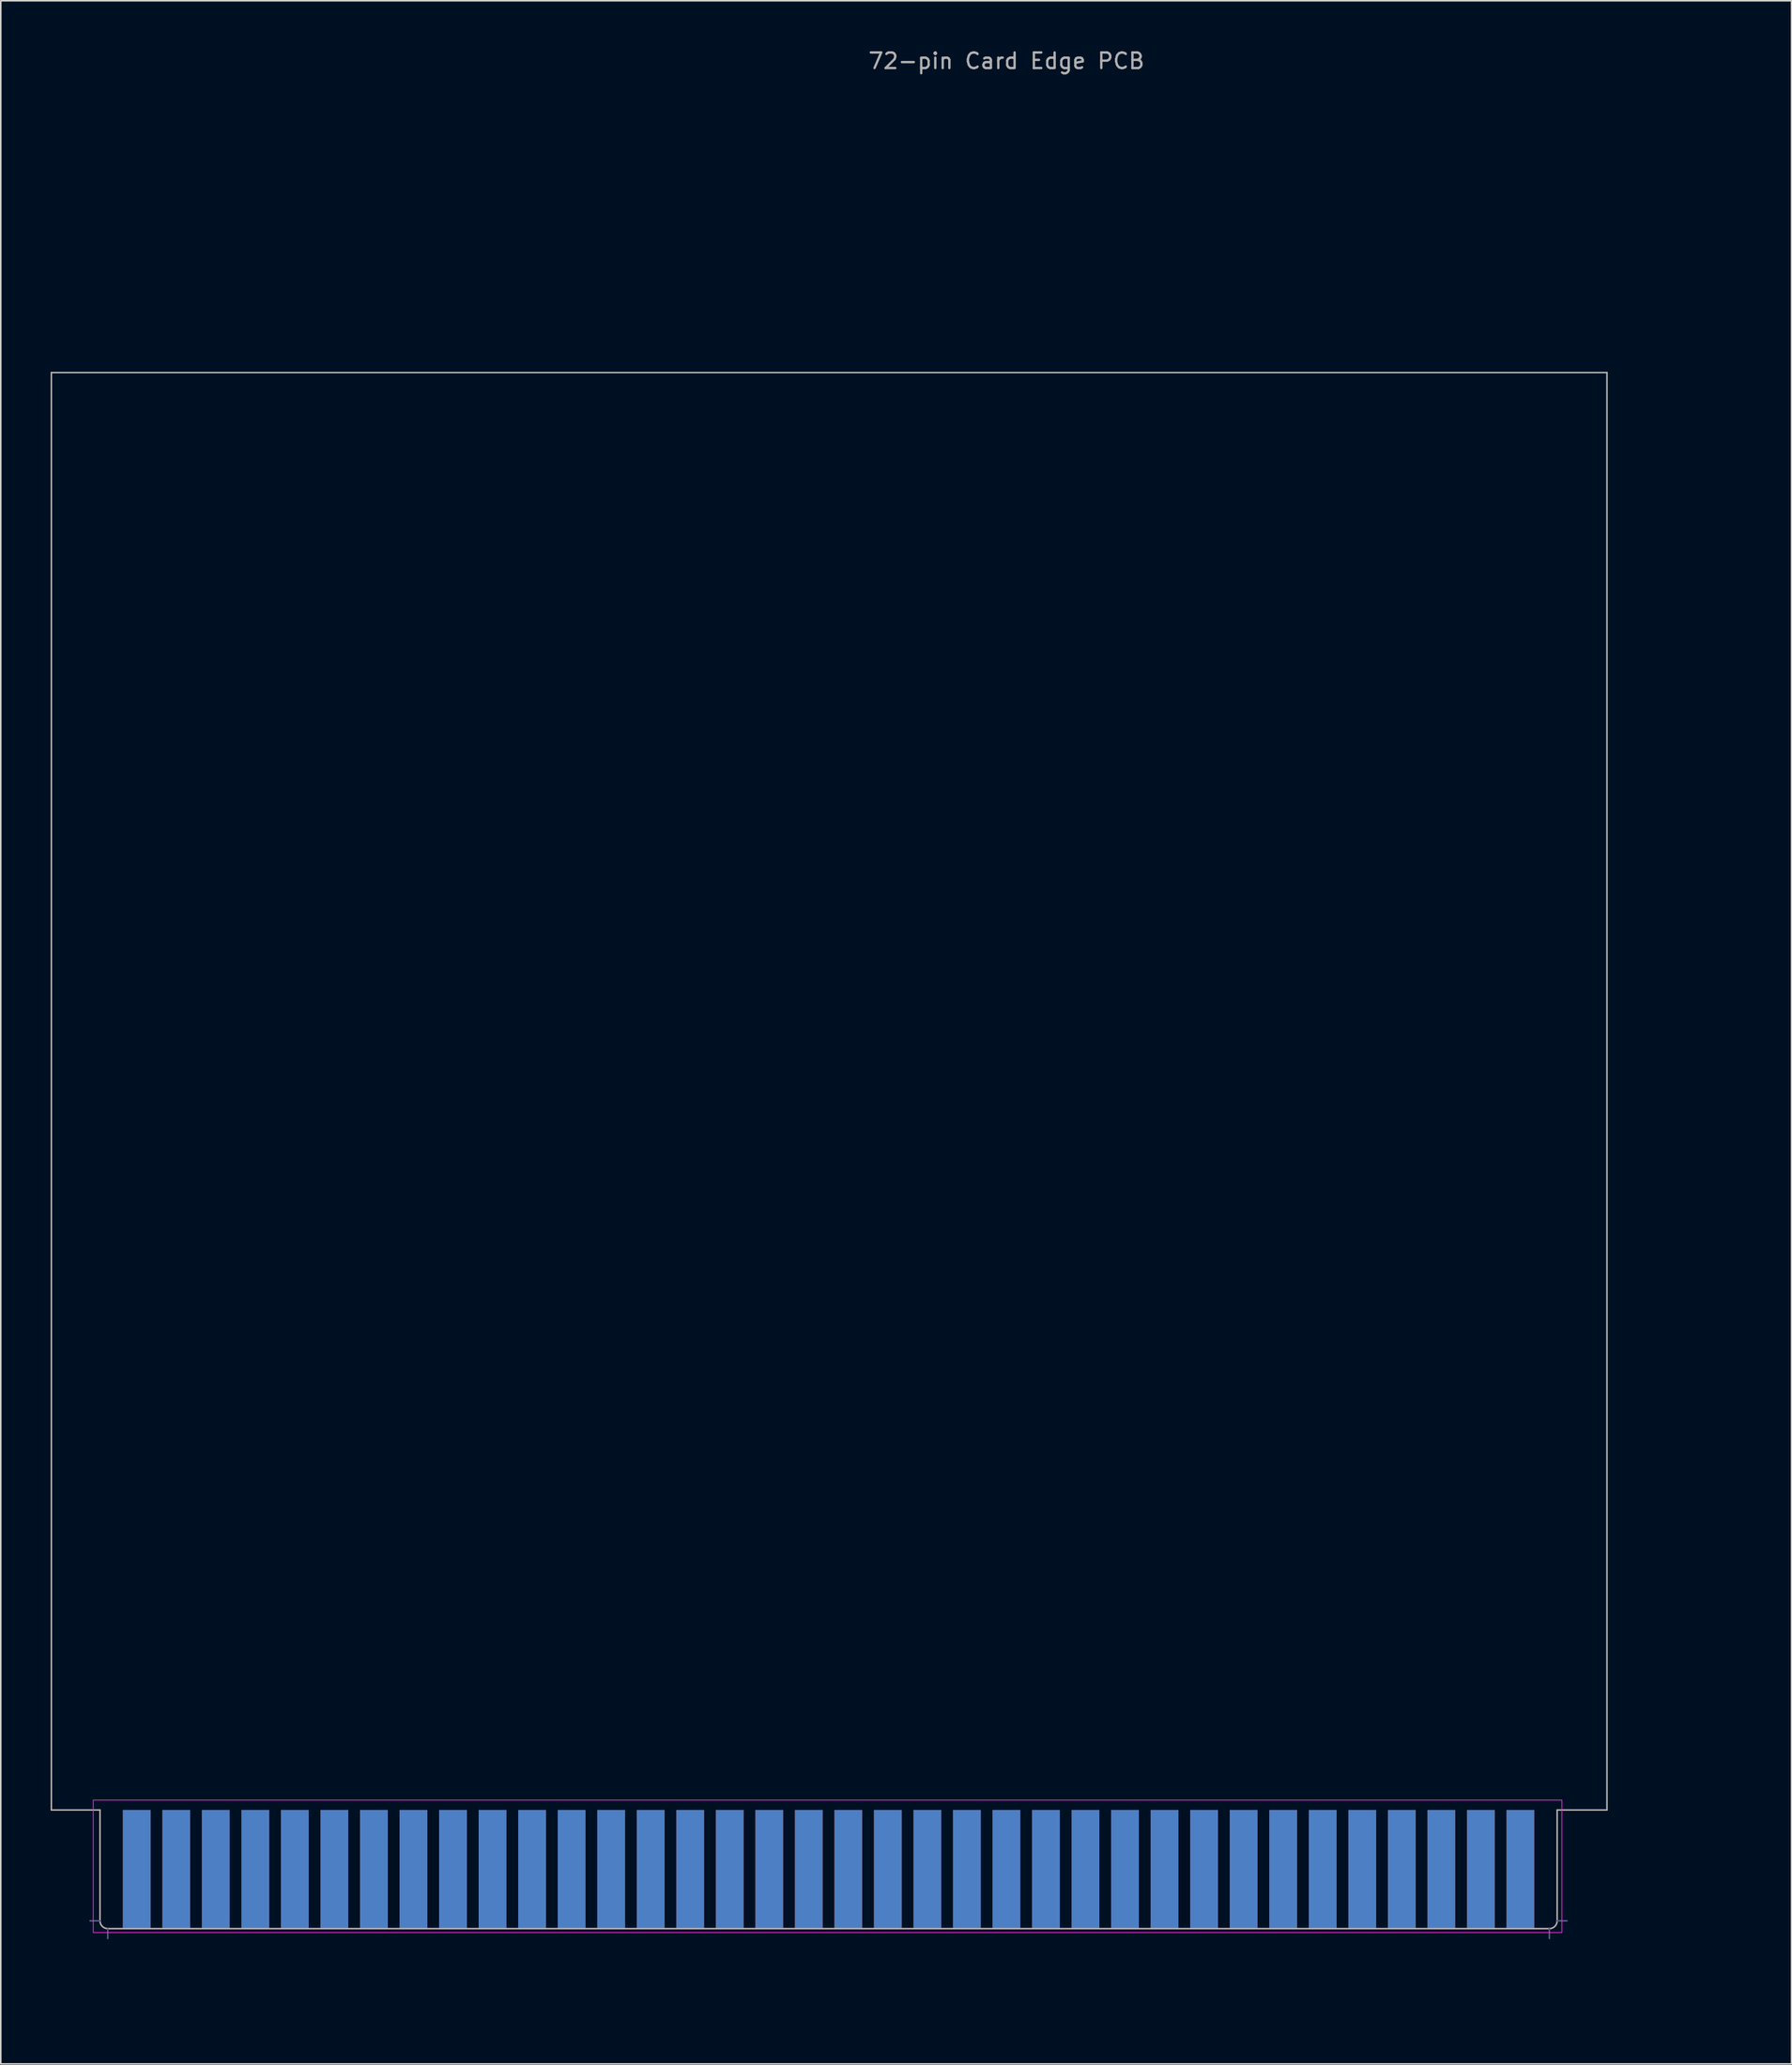
<source format=kicad_pcb>
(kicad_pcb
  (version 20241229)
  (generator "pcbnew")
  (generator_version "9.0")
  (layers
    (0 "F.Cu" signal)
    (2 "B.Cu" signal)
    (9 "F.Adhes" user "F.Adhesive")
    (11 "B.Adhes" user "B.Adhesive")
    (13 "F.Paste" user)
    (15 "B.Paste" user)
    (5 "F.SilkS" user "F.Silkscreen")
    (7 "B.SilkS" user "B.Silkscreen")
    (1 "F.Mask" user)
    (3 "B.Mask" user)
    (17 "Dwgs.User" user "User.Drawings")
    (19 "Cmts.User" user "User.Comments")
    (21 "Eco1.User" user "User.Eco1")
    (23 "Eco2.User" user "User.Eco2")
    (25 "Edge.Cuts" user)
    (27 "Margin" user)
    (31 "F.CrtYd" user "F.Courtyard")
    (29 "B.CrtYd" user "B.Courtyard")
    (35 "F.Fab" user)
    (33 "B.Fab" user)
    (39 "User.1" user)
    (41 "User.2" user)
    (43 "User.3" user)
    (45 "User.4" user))
  (footprint "72-pin Card Edge PCB"
    (layer "F.Cu")
    (at 0.25 20.881)
    (property "Reference" "72-pin Card Edge PCB" (at 61.365 -19.431 0) (layer "F.Fab") (effects (font (size 1 1) (thickness 0.15)) (justify bottom)))
    (attr exclude_from_pos_files exclude_from_bom)
    (fp_rect (start 2.691 100.203) (end 97.052 91.694) (stroke (width 0.05) (type default)) (fill no) (layer "F.CrtYd"))
    (fp_line (start 3.124 99.449) (end 2.489 99.449) (stroke (width 0.1) (type default)) (layer "B.Fab"))
    (fp_line (start 3.624 99.949) (end 3.624 100.584) (stroke (width 0.1) (type default)) (layer "B.Fab"))
    (fp_line (start 96.249 99.949) (end 96.249 100.584) (stroke (width 0.1) (type default)) (layer "B.Fab"))
    (fp_line (start 96.749 99.449) (end 97.384 99.449) (stroke (width 0.1) (type default)) (layer "B.Fab"))
    (fp_line (start 0 0) (end 99.949 0) (stroke (width 0.1) (type default)) (layer "F.Fab"))
    (fp_line (start 0 92.329) (end 0 0) (stroke (width 0.1) (type default)) (layer "F.Fab"))
    (fp_line (start 0 92.329) (end 3.124 92.329) (stroke (width 0.1) (type default)) (layer "F.Fab"))
    (fp_line (start 3.124 99.449) (end 3.124 92.329) (stroke (width 0.1) (type default)) (layer "F.Fab"))
    (fp_line (start 96.249 99.949) (end 3.624 99.949) (stroke (width 0.1) (type default)) (layer "F.Fab"))
    (fp_line (start 96.749 99.449) (end 96.749 92.329) (stroke (width 0.1) (type default)) (layer "F.Fab"))
    (fp_line (start 99.949 92.329) (end 96.749 92.329) (stroke (width 0.1) (type default)) (layer "F.Fab"))
    (fp_line (start 99.949 92.329) (end 99.949 0) (stroke (width 0.1) (type default)) (layer "F.Fab"))
    (fp_arc (start 3.6242 99.949) (mid 3.270646 99.802554) (end 3.1242 99.449) (stroke (width 0.1) (type default)) (layer "F.Fab"))
    (fp_arc (start 96.7486 99.449) (mid 96.602154 99.802554) (end 96.2486 99.949) (stroke (width 0.1) (type default)) (layer "F.Fab"))
    (dimension (type orthogonal) (layer "Eco1.User") (pts (xy 3.374 120.33) (xy 96.999 120.33)) (height 5.58) (orientation 0) (format (prefix "") (suffix "") (units 3) (units_format 0) (precision 4) (suppress_zeroes yes)) (style (thickness 0.05) (arrow_length 1.27) (text_position_mode 0) (arrow_direction outward) (extension_height 0.586) (extension_offset 0.5) (keep_text_aligned yes)) (gr_text "93.6244" (at 50.186 124.76 0) (layer "Eco1.User") (effects (font (size 1 1) (thickness 0.15)))))
    (dimension (type orthogonal) (layer "Eco1.User") (pts (xy 100.199 21.008) (xy 0.25 21.008)) (height -9.271) (orientation 0) (format (prefix "") (suffix "") (units 3) (units_format 0) (precision 4) (suppress_zeroes yes)) (style (thickness 0.1) (arrow_length 1.27) (text_position_mode 0) (arrow_direction outward) (extension_height 0.586) (extension_offset 0.5) (keep_text_aligned yes)) (gr_text "99.949" (at 50.224 10.637 0) (layer "Eco1.User") (effects (font (size 1 1) (thickness 0.1)))))
    (dimension (type orthogonal) (layer "Eco1.User") (pts (xy 96.499 120.83) (xy 100.199 20.881)) (height 10.99) (orientation 1) (format (prefix "") (suffix "") (units 3) (units_format 0) (precision 4) (suppress_zeroes yes)) (style (thickness 0.1) (arrow_length 1.27) (text_position_mode 0) (arrow_direction outward) (extension_height 0.586) (extension_offset 0.5) (keep_text_aligned yes)) (gr_text "99.949" (at 106.389 70.856 90) (layer "Eco1.User") (effects (font (size 1 1) (thickness 0.1)))))
    (pad "1" connect rect (at 94.385 96.139) (size 1.78 7.62) (layers "F.Cu" "F.Mask"))
    (pad "2" connect rect (at 91.845 96.139) (size 1.78 7.62) (layers "F.Cu" "F.Mask"))
    (pad "3" connect rect (at 89.305 96.139) (size 1.78 7.62) (layers "F.Cu" "F.Mask"))
    (pad "4" connect rect (at 86.765 96.139) (size 1.78 7.62) (layers "F.Cu" "F.Mask"))
    (pad "5" connect rect (at 84.225 96.139) (size 1.78 7.62) (layers "F.Cu" "F.Mask"))
    (pad "6" connect rect (at 81.685 96.139) (size 1.78 7.62) (layers "F.Cu" "F.Mask"))
    (pad "7" connect rect (at 79.145 96.139) (size 1.78 7.62) (layers "F.Cu" "F.Mask"))
    (pad "8" connect rect (at 76.605 96.139) (size 1.78 7.62) (layers "F.Cu" "F.Mask"))
    (pad "9" connect rect (at 74.065 96.139) (size 1.78 7.62) (layers "F.Cu" "F.Mask"))
    (pad "10" connect rect (at 71.525 96.139) (size 1.78 7.62) (layers "F.Cu" "F.Mask"))
    (pad "11" connect rect (at 68.985 96.139) (size 1.78 7.62) (layers "F.Cu" "F.Mask"))
    (pad "12" connect rect (at 66.445 96.139) (size 1.78 7.62) (layers "F.Cu" "F.Mask"))
    (pad "13" connect rect (at 63.905 96.139) (size 1.78 7.62) (layers "F.Cu" "F.Mask"))
    (pad "14" connect rect (at 61.365 96.139) (size 1.78 7.62) (layers "F.Cu" "F.Mask"))
    (pad "15" connect rect (at 58.825 96.139) (size 1.78 7.62) (layers "F.Cu" "F.Mask"))
    (pad "16" connect rect (at 56.285 96.139) (size 1.78 7.62) (layers "F.Cu" "F.Mask"))
    (pad "17" connect rect (at 53.745 96.139) (size 1.78 7.62) (layers "F.Cu" "F.Mask"))
    (pad "18" connect rect (at 51.205 96.139) (size 1.78 7.62) (layers "F.Cu" "F.Mask"))
    (pad "19" connect rect (at 48.665 96.139) (size 1.78 7.62) (layers "F.Cu" "F.Mask"))
    (pad "20" connect rect (at 46.125 96.139) (size 1.78 7.62) (layers "F.Cu" "F.Mask"))
    (pad "21" connect rect (at 43.585 96.139) (size 1.78 7.62) (layers "F.Cu" "F.Mask"))
    (pad "22" connect rect (at 41.045 96.139) (size 1.78 7.62) (layers "F.Cu" "F.Mask"))
    (pad "23" connect rect (at 38.505 96.139) (size 1.78 7.62) (layers "F.Cu" "F.Mask"))
    (pad "24" connect rect (at 35.965 96.139) (size 1.78 7.62) (layers "F.Cu" "F.Mask"))
    (pad "25" connect rect (at 33.425 96.139) (size 1.78 7.62) (layers "F.Cu" "F.Mask"))
    (pad "26" connect rect (at 30.885 96.139) (size 1.78 7.62) (layers "F.Cu" "F.Mask"))
    (pad "27" connect rect (at 28.345 96.139) (size 1.78 7.62) (layers "F.Cu" "F.Mask"))
    (pad "28" connect rect (at 25.805 96.139) (size 1.78 7.62) (layers "F.Cu" "F.Mask"))
    (pad "29" connect rect (at 23.265 96.139) (size 1.78 7.62) (layers "F.Cu" "F.Mask"))
    (pad "30" connect rect (at 20.725 96.139) (size 1.78 7.62) (layers "F.Cu" "F.Mask"))
    (pad "31" connect rect (at 18.185 96.139) (size 1.78 7.62) (layers "F.Cu" "F.Mask"))
    (pad "32" connect rect (at 15.646 96.139) (size 1.78 7.62) (layers "F.Cu" "F.Mask"))
    (pad "33" connect rect (at 13.106 96.139) (size 1.78 7.62) (layers "F.Cu" "F.Mask"))
    (pad "34" connect rect (at 10.566 96.139) (size 1.78 7.62) (layers "F.Cu" "F.Mask"))
    (pad "35" connect rect (at 8.026 96.139) (size 1.78 7.62) (layers "F.Cu" "F.Mask"))
    (pad "36" connect rect (at 5.486 96.139) (size 1.78 7.62) (layers "F.Cu" "F.Mask"))
    (pad "37" connect rect (at 94.385 96.139) (size 1.78 7.62) (layers "B.Cu" "B.Mask"))
    (pad "38" connect rect (at 91.845 96.139) (size 1.78 7.62) (layers "B.Cu" "B.Mask"))
    (pad "39" connect rect (at 89.305 96.139) (size 1.78 7.62) (layers "B.Cu" "B.Mask"))
    (pad "40" connect rect (at 86.765 96.139) (size 1.78 7.62) (layers "B.Cu" "B.Mask"))
    (pad "41" connect rect (at 84.225 96.139) (size 1.78 7.62) (layers "B.Cu" "B.Mask"))
    (pad "42" connect rect (at 81.685 96.139) (size 1.78 7.62) (layers "B.Cu" "B.Mask"))
    (pad "43" connect rect (at 79.145 96.139) (size 1.78 7.62) (layers "B.Cu" "B.Mask"))
    (pad "44" connect rect (at 76.605 96.139) (size 1.78 7.62) (layers "B.Cu" "B.Mask"))
    (pad "45" connect rect (at 74.065 96.139) (size 1.78 7.62) (layers "B.Cu" "B.Mask"))
    (pad "46" connect rect (at 71.525 96.139) (size 1.78 7.62) (layers "B.Cu" "B.Mask"))
    (pad "47" connect rect (at 68.985 96.139) (size 1.78 7.62) (layers "B.Cu" "B.Mask"))
    (pad "48" connect rect (at 66.445 96.139) (size 1.78 7.62) (layers "B.Cu" "B.Mask"))
    (pad "49" connect rect (at 63.905 96.139) (size 1.78 7.62) (layers "B.Cu" "B.Mask"))
    (pad "50" connect rect (at 61.365 96.139) (size 1.78 7.62) (layers "B.Cu" "B.Mask"))
    (pad "51" connect rect (at 58.825 96.139) (size 1.78 7.62) (layers "B.Cu" "B.Mask"))
    (pad "52" connect rect (at 56.285 96.139) (size 1.78 7.62) (layers "B.Cu" "B.Mask"))
    (pad "53" connect rect (at 53.745 96.139) (size 1.78 7.62) (layers "B.Cu" "B.Mask"))
    (pad "54" connect rect (at 51.205 96.139) (size 1.78 7.62) (layers "B.Cu" "B.Mask"))
    (pad "55" connect rect (at 48.665 96.139) (size 1.78 7.62) (layers "B.Cu" "B.Mask"))
    (pad "56" connect rect (at 46.125 96.139) (size 1.78 7.62) (layers "B.Cu" "B.Mask"))
    (pad "57" connect rect (at 43.585 96.139) (size 1.78 7.62) (layers "B.Cu" "B.Mask"))
    (pad "58" connect rect (at 41.045 96.139) (size 1.78 7.62) (layers "B.Cu" "B.Mask"))
    (pad "59" connect rect (at 38.505 96.139) (size 1.78 7.62) (layers "B.Cu" "B.Mask"))
    (pad "60" connect rect (at 35.965 96.139) (size 1.78 7.62) (layers "B.Cu" "B.Mask"))
    (pad "61" connect rect (at 33.425 96.139) (size 1.78 7.62) (layers "B.Cu" "B.Mask"))
    (pad "62" connect rect (at 30.885 96.139) (size 1.78 7.62) (layers "B.Cu" "B.Mask"))
    (pad "63" connect rect (at 28.345 96.139) (size 1.78 7.62) (layers "B.Cu" "B.Mask"))
    (pad "64" connect rect (at 25.805 96.139) (size 1.78 7.62) (layers "B.Cu" "B.Mask"))
    (pad "65" connect rect (at 23.265 96.139) (size 1.78 7.62) (layers "B.Cu" "B.Mask"))
    (pad "66" connect rect (at 20.725 96.139) (size 1.78 7.62) (layers "B.Cu" "B.Mask"))
    (pad "67" connect rect (at 18.185 96.139) (size 1.78 7.62) (layers "B.Cu" "B.Mask"))
    (pad "68" connect rect (at 15.646 96.139) (size 1.78 7.62) (layers "B.Cu" "B.Mask"))
    (pad "69" connect rect (at 13.106 96.139) (size 1.78 7.62) (layers "B.Cu" "B.Mask"))
    (pad "70" connect rect (at 10.566 96.139) (size 1.78 7.62) (layers "B.Cu" "B.Mask"))
    (pad "71" connect rect (at 8.026 96.139) (size 1.78 7.62) (layers "B.Cu" "B.Mask"))
    (pad "72" connect rect (at 5.486 96.139) (size 1.78 7.62) (layers "B.Cu" "B.Mask")))
  (gr_rect
    (start -3 -3)
    (end 112.058 129.521)
    (stroke (width 0.1) (type default))
    (fill no)
    (layer "Edge.Cuts")))
</source>
